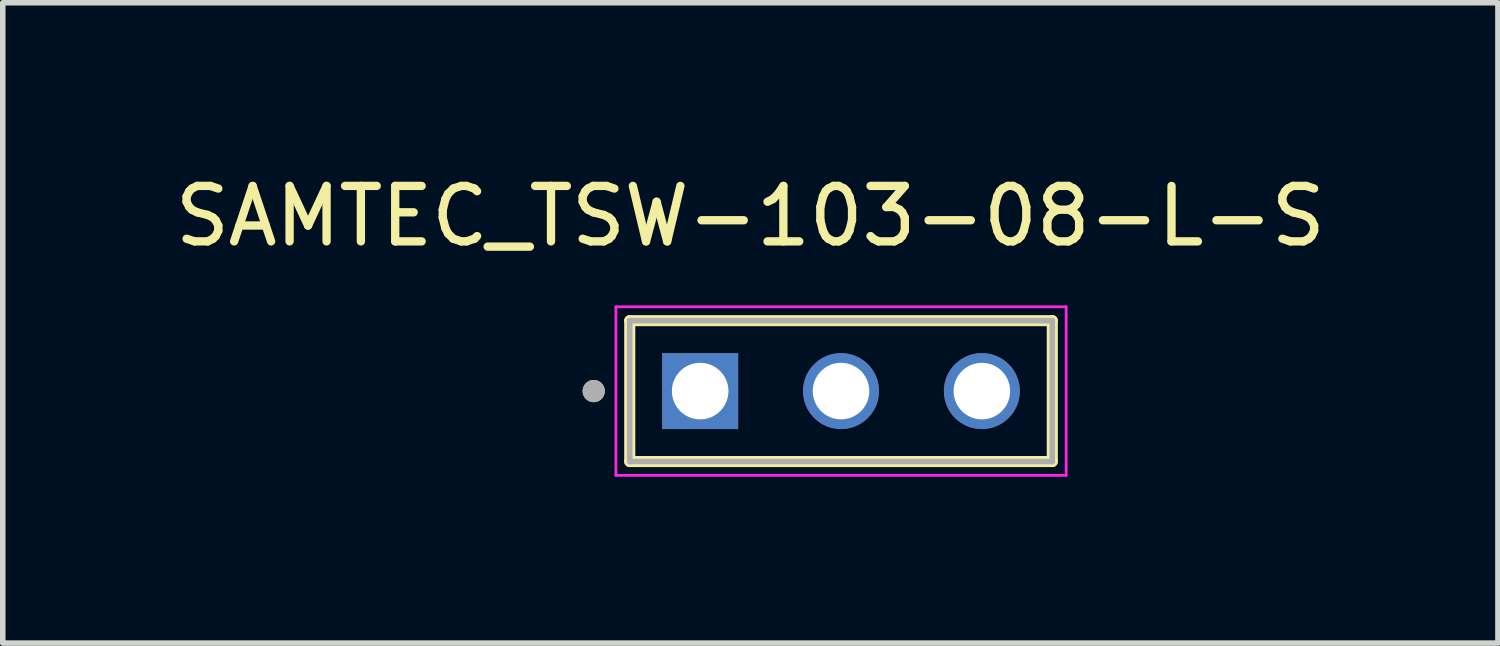
<source format=kicad_pcb>
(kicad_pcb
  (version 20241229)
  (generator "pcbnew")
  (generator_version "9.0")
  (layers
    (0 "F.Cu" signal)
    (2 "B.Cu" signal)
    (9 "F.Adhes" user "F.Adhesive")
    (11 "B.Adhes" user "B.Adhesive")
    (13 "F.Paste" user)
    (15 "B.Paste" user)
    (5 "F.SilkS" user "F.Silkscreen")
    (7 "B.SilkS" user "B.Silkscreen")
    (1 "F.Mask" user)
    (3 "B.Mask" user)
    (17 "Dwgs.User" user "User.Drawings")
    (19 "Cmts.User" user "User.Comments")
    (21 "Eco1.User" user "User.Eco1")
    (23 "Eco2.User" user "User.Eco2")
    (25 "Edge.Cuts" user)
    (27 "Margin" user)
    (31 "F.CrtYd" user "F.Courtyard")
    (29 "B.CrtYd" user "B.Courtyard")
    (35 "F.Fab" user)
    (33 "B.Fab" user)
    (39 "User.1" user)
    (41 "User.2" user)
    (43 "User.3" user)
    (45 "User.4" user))
  (footprint "SAMTEC_TSW-103-08-L-S"
    (layer "F.Cu")
    (at 9.577 4.003)
    (property "Reference" "SAMTEC_TSW-103-08-L-S" (at 0.905 -3.155 0) (layer "F.SilkS") (effects (font (size 1 1) (thickness 0.15))))
    (attr through_hole)
    (fp_line (start -1.27 1.27) (end -1.27 -1.27) (stroke (width 0.2) (type solid)) (layer "F.SilkS"))
    (fp_line (start 6.35 -1.27) (end -1.27 -1.27) (stroke (width 0.2) (type solid)) (layer "F.SilkS"))
    (fp_line (start 6.35 -1.27) (end 6.35 1.27) (stroke (width 0.2) (type solid)) (layer "F.SilkS"))
    (fp_line (start 6.35 1.27) (end -1.27 1.27) (stroke (width 0.2) (type solid)) (layer "F.SilkS"))
    (fp_circle (center -1.92 0) (end -1.82 0) (stroke (width 0.2) (type solid)) (fill no) (layer "F.SilkS"))
    (fp_line (start -1.52 -1.52) (end 6.6 -1.52) (stroke (width 0.05) (type solid)) (layer "F.CrtYd"))
    (fp_line (start -1.52 1.52) (end -1.52 -1.52) (stroke (width 0.05) (type solid)) (layer "F.CrtYd"))
    (fp_line (start 6.6 -1.52) (end 6.6 1.52) (stroke (width 0.05) (type solid)) (layer "F.CrtYd"))
    (fp_line (start 6.6 1.52) (end -1.52 1.52) (stroke (width 0.05) (type solid)) (layer "F.CrtYd"))
    (fp_line (start -1.27 -1.27) (end 6.35 -1.27) (stroke (width 0.1) (type solid)) (layer "F.Fab"))
    (fp_line (start -1.27 1.27) (end -1.27 -1.27) (stroke (width 0.1) (type solid)) (layer "F.Fab"))
    (fp_line (start 6.35 -1.27) (end 6.35 1.27) (stroke (width 0.1) (type solid)) (layer "F.Fab"))
    (fp_line (start 6.35 1.27) (end -1.27 1.27) (stroke (width 0.1) (type solid)) (layer "F.Fab"))
    (fp_circle (center -1.92 0) (end -1.82 0) (stroke (width 0.2) (type solid)) (fill no) (layer "F.Fab"))
    (pad "01" thru_hole rect (at 0 0) (size 1.37 1.37) (drill 1.02) (layers "*.Cu" "*.Mask"))
    (pad "02" thru_hole circle (at 2.54 0) (size 1.37 1.37) (drill 1.02) (layers "*.Cu" "*.Mask"))
    (pad "03" thru_hole circle (at 5.08 0) (size 1.37 1.37) (drill 1.02) (layers "*.Cu" "*.Mask")))
  (gr_rect
    (start -3 -3)
    (end 23.964 8.548)
    (stroke (width 0.1) (type default))
    (fill no)
    (layer "Edge.Cuts")))
</source>
